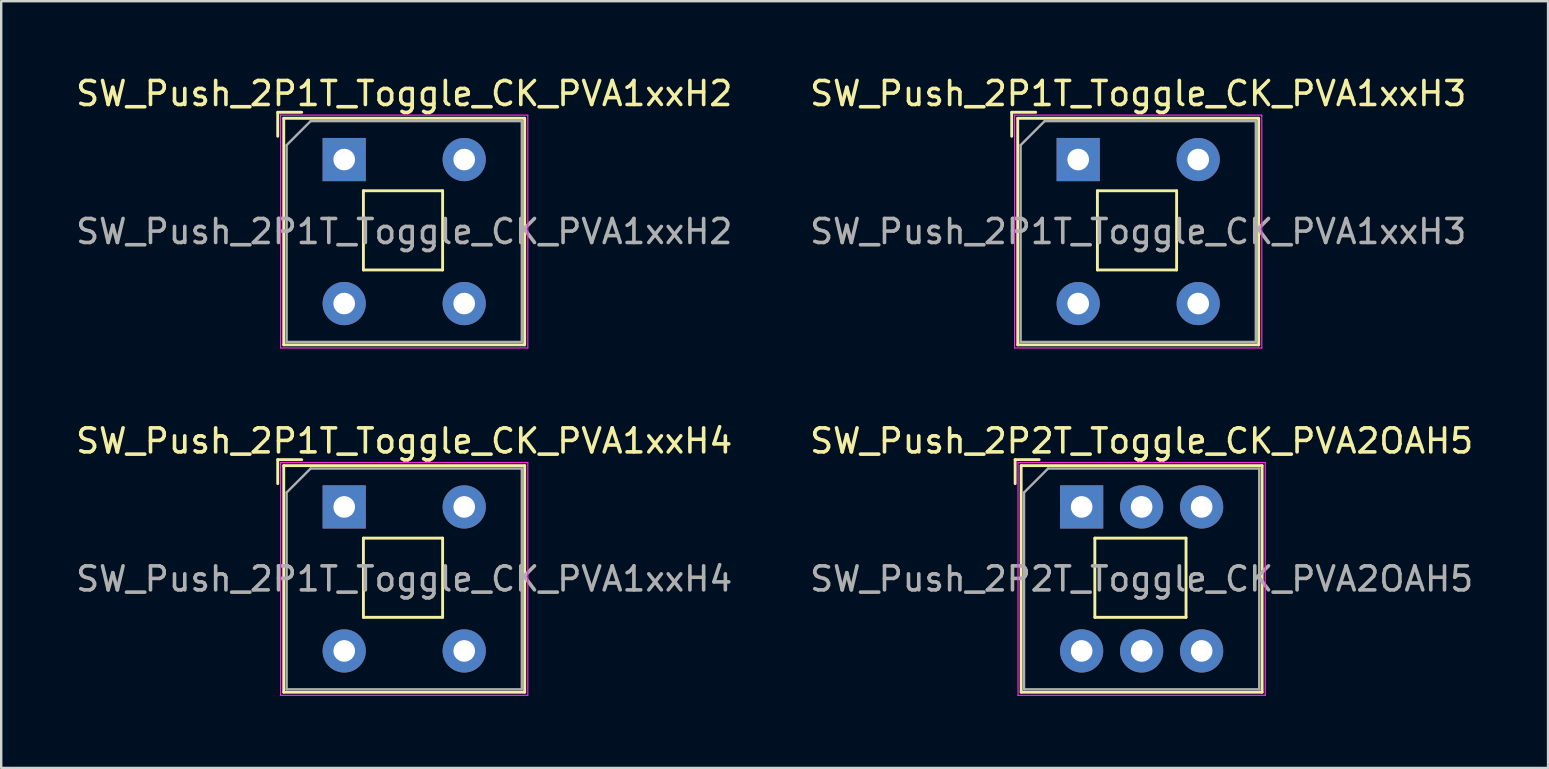
<source format=kicad_pcb>
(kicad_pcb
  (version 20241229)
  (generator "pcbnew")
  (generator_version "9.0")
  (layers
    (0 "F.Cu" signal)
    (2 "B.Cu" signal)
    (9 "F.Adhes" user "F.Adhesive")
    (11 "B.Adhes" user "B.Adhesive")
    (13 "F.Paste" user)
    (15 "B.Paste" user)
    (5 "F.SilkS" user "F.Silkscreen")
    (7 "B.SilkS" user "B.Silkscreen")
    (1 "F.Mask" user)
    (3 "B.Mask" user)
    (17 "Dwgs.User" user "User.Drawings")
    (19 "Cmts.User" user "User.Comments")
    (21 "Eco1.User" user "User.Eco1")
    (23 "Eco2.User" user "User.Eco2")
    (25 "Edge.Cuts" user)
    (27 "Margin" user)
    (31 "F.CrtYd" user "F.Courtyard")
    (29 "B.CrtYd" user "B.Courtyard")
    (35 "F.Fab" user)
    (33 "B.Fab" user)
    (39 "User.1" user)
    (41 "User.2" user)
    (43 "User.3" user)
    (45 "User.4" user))
  (footprint "SW_Push_2P2T_Toggle_CK_PVA2OAH5"
    (layer "F.Cu")
    (at 42.018 18.072)
    (property "Reference" "SW_Push_2P2T_Toggle_CK_PVA2OAH5" (at 2.5 -2.75 0) (layer "F.SilkS") (effects (font (size 1 1) (thickness 0.15))))
    (attr through_hole)
    (fp_line (start -2.77 -0.97) (end -2.77 -1.97) (stroke (width 0.12) (type solid)) (layer "F.SilkS"))
    (fp_line (start -2.52 7.72) (end -2.52 -1.72) (stroke (width 0.12) (type solid)) (layer "F.SilkS"))
    (fp_line (start -1.77 -1.97) (end -2.77 -1.97) (stroke (width 0.12) (type solid)) (layer "F.SilkS"))
    (fp_line (start 0.55 1.3) (end 0.55 4.6) (stroke (width 0.12) (type solid)) (layer "F.SilkS"))
    (fp_line (start 4.35 1.3) (end 0.55 1.3) (stroke (width 0.12) (type solid)) (layer "F.SilkS"))
    (fp_line (start 4.35 1.3) (end 4.35 4.6) (stroke (width 0.12) (type solid)) (layer "F.SilkS"))
    (fp_line (start 4.35 4.6) (end 0.55 4.6) (stroke (width 0.12) (type solid)) (layer "F.SilkS"))
    (fp_line (start 7.52 -1.72) (end -2.52 -1.72) (stroke (width 0.12) (type solid)) (layer "F.SilkS"))
    (fp_line (start 7.52 7.72) (end -2.52 7.72) (stroke (width 0.12) (type solid)) (layer "F.SilkS"))
    (fp_line (start 7.52 7.72) (end 7.52 -1.72) (stroke (width 0.12) (type solid)) (layer "F.SilkS"))
    (fp_line (start -2.65 -1.85) (end 7.65 -1.85) (stroke (width 0.05) (type solid)) (layer "F.CrtYd"))
    (fp_line (start -2.65 7.85) (end -2.65 -1.85) (stroke (width 0.05) (type solid)) (layer "F.CrtYd"))
    (fp_line (start -2.65 7.85) (end 7.65 7.85) (stroke (width 0.05) (type solid)) (layer "F.CrtYd"))
    (fp_line (start 7.65 -1.85) (end 7.65 7.85) (stroke (width 0.05) (type solid)) (layer "F.CrtYd"))
    (fp_line (start -2.4 -0.6) (end -1.4 -1.6) (stroke (width 0.1) (type solid)) (layer "F.Fab"))
    (fp_line (start -2.4 7.6) (end -2.4 -0.6) (stroke (width 0.1) (type solid)) (layer "F.Fab"))
    (fp_line (start -1.4 -1.6) (end 7.4 -1.6) (stroke (width 0.1) (type solid)) (layer "F.Fab"))
    (fp_line (start 7.4 -1.6) (end 7.4 7.6) (stroke (width 0.1) (type solid)) (layer "F.Fab"))
    (fp_line (start 7.4 7.6) (end -2.4 7.6) (stroke (width 0.1) (type solid)) (layer "F.Fab"))
    (fp_text user "${REFERENCE}" (at 2.5 3 0) (layer "F.Fab") (effects (font (size 1 1) (thickness 0.15))))
    (pad "1" thru_hole rect (at 0 0) (size 1.8 1.8) (drill 0.9) (layers "*.Cu" "*.Mask"))
    (pad "2" thru_hole circle (at 2.5 0) (size 1.8 1.8) (drill 0.9) (layers "*.Cu" "*.Mask"))
    (pad "3" thru_hole circle (at 5 0) (size 1.8 1.8) (drill 0.9) (layers "*.Cu" "*.Mask"))
    (pad "4" thru_hole circle (at 0 6) (size 1.8 1.8) (drill 0.9) (layers "*.Cu" "*.Mask"))
    (pad "5" thru_hole circle (at 2.5 6) (size 1.8 1.8) (drill 0.9) (layers "*.Cu" "*.Mask"))
    (pad "6" thru_hole circle (at 5 6) (size 1.8 1.8) (drill 0.9) (layers "*.Cu" "*.Mask")))
  (footprint "SW_Push_2P1T_Toggle_CK_PVA1xxH2"
    (layer "F.Cu")
    (at 11.292 3.598)
    (property "Reference" "SW_Push_2P1T_Toggle_CK_PVA1xxH2" (at 2.5 -2.75 0) (layer "F.SilkS") (effects (font (size 1 1) (thickness 0.15))))
    (attr through_hole)
    (fp_line (start -2.77 -0.97) (end -2.77 -1.97) (stroke (width 0.12) (type solid)) (layer "F.SilkS"))
    (fp_line (start -2.52 7.72) (end -2.52 -1.72) (stroke (width 0.12) (type solid)) (layer "F.SilkS"))
    (fp_line (start -1.77 -1.97) (end -2.77 -1.97) (stroke (width 0.12) (type solid)) (layer "F.SilkS"))
    (fp_line (start 0.8 1.3) (end 0.8 4.6) (stroke (width 0.12) (type solid)) (layer "F.SilkS"))
    (fp_line (start 4.1 1.3) (end 0.8 1.3) (stroke (width 0.12) (type solid)) (layer "F.SilkS"))
    (fp_line (start 4.1 1.3) (end 4.1 4.6) (stroke (width 0.12) (type solid)) (layer "F.SilkS"))
    (fp_line (start 4.1 4.6) (end 0.8 4.6) (stroke (width 0.12) (type solid)) (layer "F.SilkS"))
    (fp_line (start 7.52 -1.72) (end -2.52 -1.72) (stroke (width 0.12) (type solid)) (layer "F.SilkS"))
    (fp_line (start 7.52 7.72) (end -2.52 7.72) (stroke (width 0.12) (type solid)) (layer "F.SilkS"))
    (fp_line (start 7.52 7.72) (end 7.52 -1.72) (stroke (width 0.12) (type solid)) (layer "F.SilkS"))
    (fp_line (start -2.65 -1.85) (end 7.65 -1.85) (stroke (width 0.05) (type solid)) (layer "F.CrtYd"))
    (fp_line (start -2.65 7.85) (end -2.65 -1.85) (stroke (width 0.05) (type solid)) (layer "F.CrtYd"))
    (fp_line (start -2.65 7.85) (end 7.65 7.85) (stroke (width 0.05) (type solid)) (layer "F.CrtYd"))
    (fp_line (start 7.65 -1.85) (end 7.65 7.85) (stroke (width 0.05) (type solid)) (layer "F.CrtYd"))
    (fp_line (start -2.4 -0.6) (end -1.4 -1.6) (stroke (width 0.1) (type solid)) (layer "F.Fab"))
    (fp_line (start -2.4 7.6) (end -2.4 -0.6) (stroke (width 0.1) (type solid)) (layer "F.Fab"))
    (fp_line (start -1.4 -1.6) (end 7.4 -1.6) (stroke (width 0.1) (type solid)) (layer "F.Fab"))
    (fp_line (start 7.4 -1.6) (end 7.4 7.6) (stroke (width 0.1) (type solid)) (layer "F.Fab"))
    (fp_line (start 7.4 7.6) (end -2.4 7.6) (stroke (width 0.1) (type solid)) (layer "F.Fab"))
    (fp_text user "${REFERENCE}" (at 2.5 3 0) (layer "F.Fab") (effects (font (size 1 1) (thickness 0.15))))
    (pad "1" thru_hole rect (at 0 0) (size 1.8 1.8) (drill 0.9) (layers "*.Cu" "*.Mask"))
    (pad "2" thru_hole circle (at 5 0 90) (size 1.8 1.8) (drill 0.9) (layers "*.Cu" "*.Mask"))
    (pad "3" thru_hole circle (at 0 6 90) (size 1.8 1.8) (drill 0.9) (layers "*.Cu" "*.Mask"))
    (pad "4" thru_hole circle (at 5 6 90) (size 1.8 1.8) (drill 0.9) (layers "*.Cu" "*.Mask")))
  (footprint "SW_Push_2P1T_Toggle_CK_PVA1xxH3"
    (layer "F.Cu")
    (at 41.875 3.598)
    (property "Reference" "SW_Push_2P1T_Toggle_CK_PVA1xxH3" (at 2.5 -2.75 0) (layer "F.SilkS") (effects (font (size 1 1) (thickness 0.15))))
    (attr through_hole)
    (fp_line (start -2.77 -0.97) (end -2.77 -1.97) (stroke (width 0.12) (type solid)) (layer "F.SilkS"))
    (fp_line (start -2.52 7.72) (end -2.52 -1.72) (stroke (width 0.12) (type solid)) (layer "F.SilkS"))
    (fp_line (start -1.77 -1.97) (end -2.77 -1.97) (stroke (width 0.12) (type solid)) (layer "F.SilkS"))
    (fp_line (start 0.8 1.3) (end 0.8 4.6) (stroke (width 0.12) (type solid)) (layer "F.SilkS"))
    (fp_line (start 4.1 1.3) (end 0.8 1.3) (stroke (width 0.12) (type solid)) (layer "F.SilkS"))
    (fp_line (start 4.1 1.3) (end 4.1 4.6) (stroke (width 0.12) (type solid)) (layer "F.SilkS"))
    (fp_line (start 4.1 4.6) (end 0.8 4.6) (stroke (width 0.12) (type solid)) (layer "F.SilkS"))
    (fp_line (start 7.52 -1.72) (end -2.52 -1.72) (stroke (width 0.12) (type solid)) (layer "F.SilkS"))
    (fp_line (start 7.52 7.72) (end -2.52 7.72) (stroke (width 0.12) (type solid)) (layer "F.SilkS"))
    (fp_line (start 7.52 7.72) (end 7.52 -1.72) (stroke (width 0.12) (type solid)) (layer "F.SilkS"))
    (fp_line (start -2.65 -1.85) (end 7.65 -1.85) (stroke (width 0.05) (type solid)) (layer "F.CrtYd"))
    (fp_line (start -2.65 7.85) (end -2.65 -1.85) (stroke (width 0.05) (type solid)) (layer "F.CrtYd"))
    (fp_line (start -2.65 7.85) (end 7.65 7.85) (stroke (width 0.05) (type solid)) (layer "F.CrtYd"))
    (fp_line (start 7.65 -1.85) (end 7.65 7.85) (stroke (width 0.05) (type solid)) (layer "F.CrtYd"))
    (fp_line (start -2.4 -0.6) (end -1.4 -1.6) (stroke (width 0.1) (type solid)) (layer "F.Fab"))
    (fp_line (start -2.4 7.6) (end -2.4 -0.6) (stroke (width 0.1) (type solid)) (layer "F.Fab"))
    (fp_line (start -1.4 -1.6) (end 7.4 -1.6) (stroke (width 0.1) (type solid)) (layer "F.Fab"))
    (fp_line (start 7.4 -1.6) (end 7.4 7.6) (stroke (width 0.1) (type solid)) (layer "F.Fab"))
    (fp_line (start 7.4 7.6) (end -2.4 7.6) (stroke (width 0.1) (type solid)) (layer "F.Fab"))
    (fp_text user "${REFERENCE}" (at 2.5 3 0) (layer "F.Fab") (effects (font (size 1 1) (thickness 0.15))))
    (pad "1" thru_hole rect (at 0 0) (size 1.8 1.8) (drill 0.9) (layers "*.Cu" "*.Mask"))
    (pad "2" thru_hole circle (at 5 0 90) (size 1.8 1.8) (drill 0.9) (layers "*.Cu" "*.Mask"))
    (pad "3" thru_hole circle (at 0 6 90) (size 1.8 1.8) (drill 0.9) (layers "*.Cu" "*.Mask"))
    (pad "4" thru_hole circle (at 5 6 90) (size 1.8 1.8) (drill 0.9) (layers "*.Cu" "*.Mask")))
  (footprint "SW_Push_2P1T_Toggle_CK_PVA1xxH4"
    (layer "F.Cu")
    (at 11.292 18.072)
    (property "Reference" "SW_Push_2P1T_Toggle_CK_PVA1xxH4" (at 2.5 -2.75 0) (layer "F.SilkS") (effects (font (size 1 1) (thickness 0.15))))
    (attr through_hole)
    (fp_line (start -2.77 -0.97) (end -2.77 -1.97) (stroke (width 0.12) (type solid)) (layer "F.SilkS"))
    (fp_line (start -2.52 7.72) (end -2.52 -1.72) (stroke (width 0.12) (type solid)) (layer "F.SilkS"))
    (fp_line (start -1.77 -1.97) (end -2.77 -1.97) (stroke (width 0.12) (type solid)) (layer "F.SilkS"))
    (fp_line (start 0.8 1.3) (end 0.8 4.6) (stroke (width 0.12) (type solid)) (layer "F.SilkS"))
    (fp_line (start 4.1 1.3) (end 0.8 1.3) (stroke (width 0.12) (type solid)) (layer "F.SilkS"))
    (fp_line (start 4.1 1.3) (end 4.1 4.6) (stroke (width 0.12) (type solid)) (layer "F.SilkS"))
    (fp_line (start 4.1 4.6) (end 0.8 4.6) (stroke (width 0.12) (type solid)) (layer "F.SilkS"))
    (fp_line (start 7.52 -1.72) (end -2.52 -1.72) (stroke (width 0.12) (type solid)) (layer "F.SilkS"))
    (fp_line (start 7.52 7.72) (end -2.52 7.72) (stroke (width 0.12) (type solid)) (layer "F.SilkS"))
    (fp_line (start 7.52 7.72) (end 7.52 -1.72) (stroke (width 0.12) (type solid)) (layer "F.SilkS"))
    (fp_line (start -2.65 -1.85) (end 7.65 -1.85) (stroke (width 0.05) (type solid)) (layer "F.CrtYd"))
    (fp_line (start -2.65 7.85) (end -2.65 -1.85) (stroke (width 0.05) (type solid)) (layer "F.CrtYd"))
    (fp_line (start -2.65 7.85) (end 7.65 7.85) (stroke (width 0.05) (type solid)) (layer "F.CrtYd"))
    (fp_line (start 7.65 -1.85) (end 7.65 7.85) (stroke (width 0.05) (type solid)) (layer "F.CrtYd"))
    (fp_line (start -2.4 -0.6) (end -1.4 -1.6) (stroke (width 0.1) (type solid)) (layer "F.Fab"))
    (fp_line (start -2.4 7.6) (end -2.4 -0.6) (stroke (width 0.1) (type solid)) (layer "F.Fab"))
    (fp_line (start -1.4 -1.6) (end 7.4 -1.6) (stroke (width 0.1) (type solid)) (layer "F.Fab"))
    (fp_line (start 7.4 -1.6) (end 7.4 7.6) (stroke (width 0.1) (type solid)) (layer "F.Fab"))
    (fp_line (start 7.4 7.6) (end -2.4 7.6) (stroke (width 0.1) (type solid)) (layer "F.Fab"))
    (fp_text user "${REFERENCE}" (at 2.5 3 0) (layer "F.Fab") (effects (font (size 1 1) (thickness 0.15))))
    (pad "1" thru_hole rect (at 0 0) (size 1.8 1.8) (drill 0.9) (layers "*.Cu" "*.Mask"))
    (pad "2" thru_hole circle (at 5 0) (size 1.8 1.8) (drill 0.9) (layers "*.Cu" "*.Mask"))
    (pad "3" thru_hole circle (at 0 6) (size 1.8 1.8) (drill 0.9) (layers "*.Cu" "*.Mask"))
    (pad "4" thru_hole circle (at 5 6) (size 1.8 1.8) (drill 0.9) (layers "*.Cu" "*.Mask")))
  (gr_rect
    (start -3 -3)
    (end 61.452 28.947)
    (stroke (width 0.1) (type default))
    (fill no)
    (layer "Edge.Cuts")))
</source>
